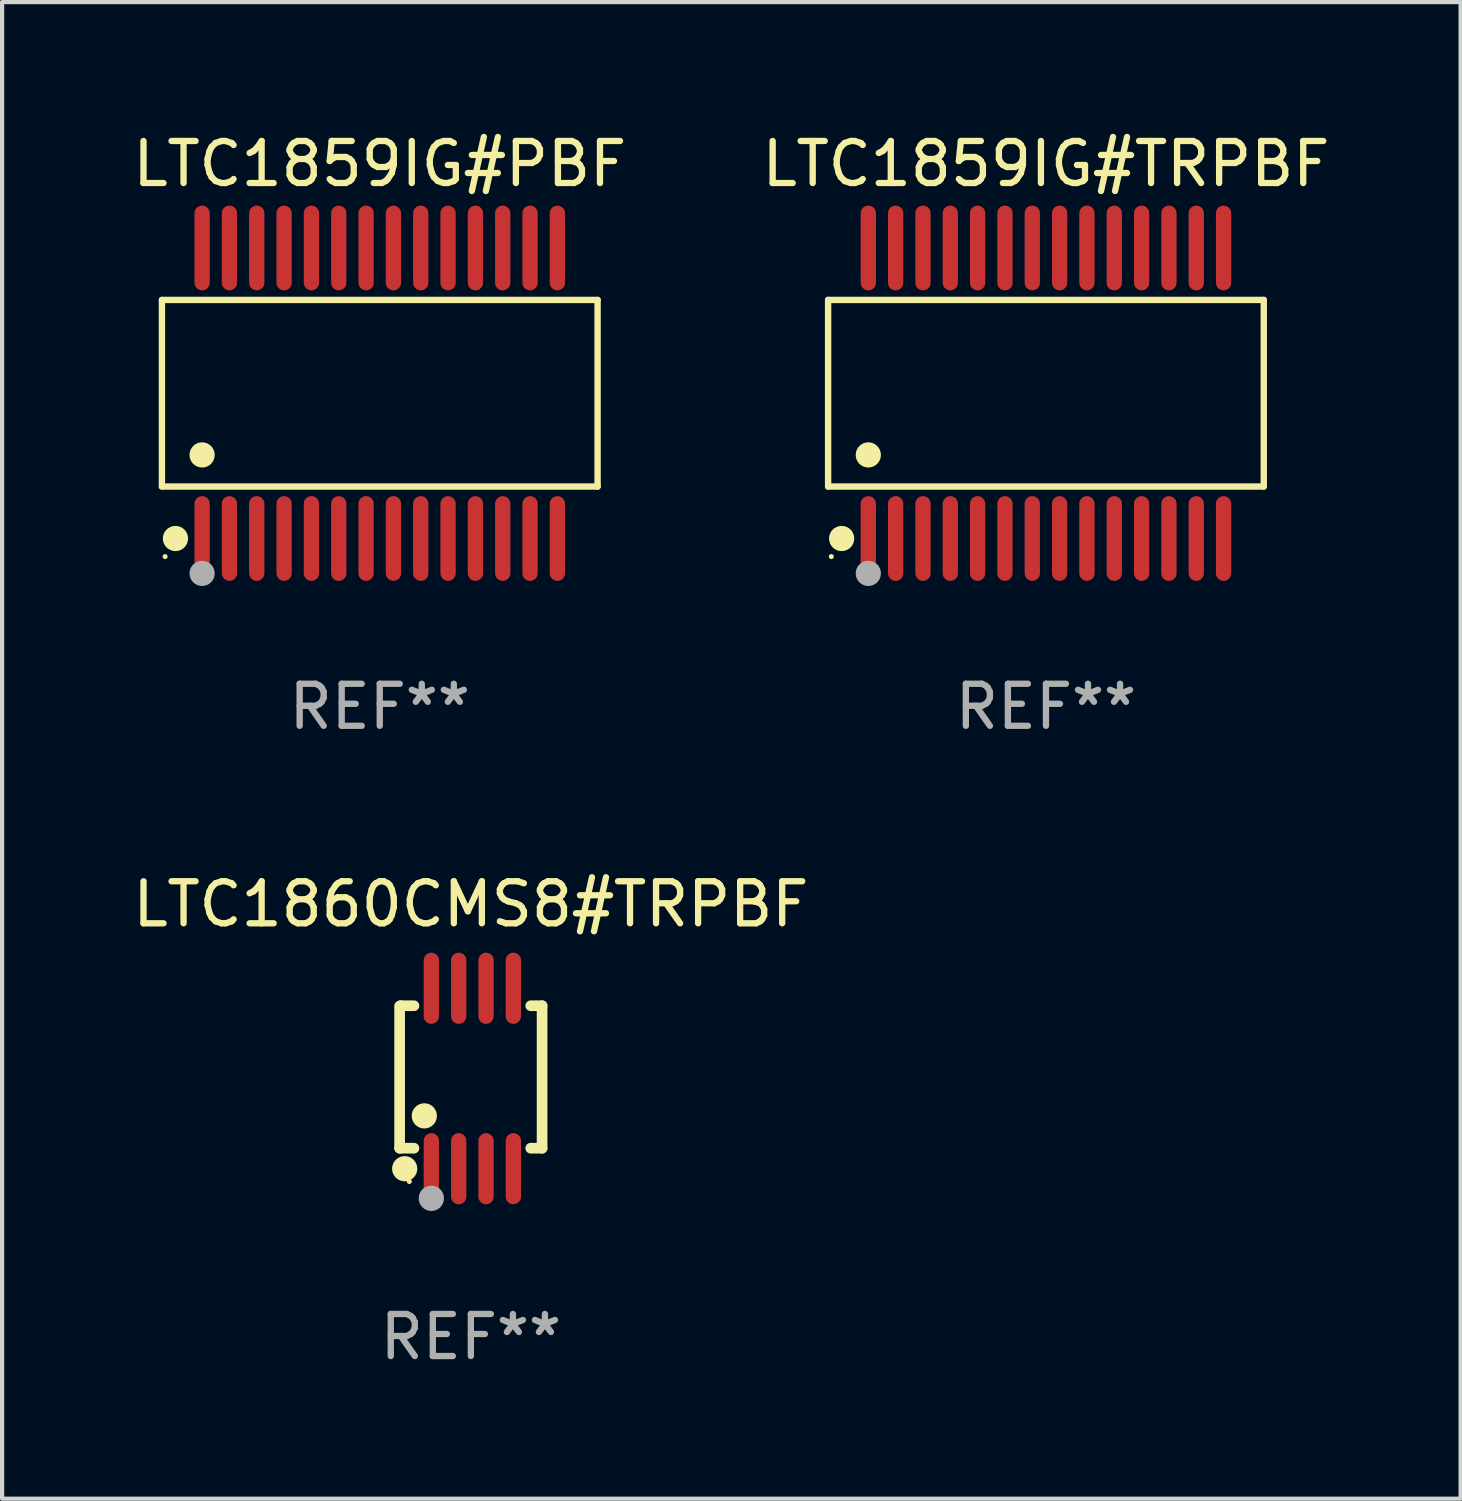
<source format=kicad_pcb>
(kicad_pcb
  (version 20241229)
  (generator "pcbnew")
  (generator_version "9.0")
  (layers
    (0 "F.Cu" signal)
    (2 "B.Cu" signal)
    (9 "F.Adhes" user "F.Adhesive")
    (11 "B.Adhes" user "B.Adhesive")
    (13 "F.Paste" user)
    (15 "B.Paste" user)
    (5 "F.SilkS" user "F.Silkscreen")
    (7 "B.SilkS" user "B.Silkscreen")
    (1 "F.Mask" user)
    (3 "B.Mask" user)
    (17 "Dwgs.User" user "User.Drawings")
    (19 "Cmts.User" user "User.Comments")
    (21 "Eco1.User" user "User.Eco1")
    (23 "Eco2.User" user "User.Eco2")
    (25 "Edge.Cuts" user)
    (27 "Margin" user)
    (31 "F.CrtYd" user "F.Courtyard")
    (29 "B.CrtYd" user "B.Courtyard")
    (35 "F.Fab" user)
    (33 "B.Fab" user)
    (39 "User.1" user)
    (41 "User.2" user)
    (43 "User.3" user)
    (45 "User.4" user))
  (footprint "LTC1860CMS8#TRPBF"
    (layer "F.Cu")
    (at 8.149 22.601)
    (property "Reference" "LTC1860CMS8#TRPBF" (at 0 -4.146 0) (layer "F.SilkS") (effects (font (size 1 1) (thickness 0.15))))
    (attr through_hole)
    (fp_line (start -1.694 -1.724) (end -1.694 1.652) (stroke (width 0.254) (type solid)) (layer "F.SilkS"))
    (fp_line (start -1.694 1.652) (end -1.688 1.658) (stroke (width 0.254) (type solid)) (layer "F.SilkS"))
    (fp_line (start -1.688 1.658) (end -1.353 1.658) (stroke (width 0.254) (type solid)) (layer "F.SilkS"))
    (fp_line (start -1.661 -1.73) (end -1.681 -1.71) (stroke (width 0.254) (type solid)) (layer "F.SilkS"))
    (fp_line (start -1.353 -1.73) (end -1.661 -1.73) (stroke (width 0.254) (type solid)) (layer "F.SilkS"))
    (fp_line (start 1.424 1.658) (end 1.694 1.658) (stroke (width 0.254) (type solid)) (layer "F.SilkS"))
    (fp_line (start 1.694 -1.73) (end 1.424 -1.73) (stroke (width 0.254) (type solid)) (layer "F.SilkS"))
    (fp_line (start 1.694 1.658) (end 1.694 -1.73) (stroke (width 0.254) (type solid)) (layer "F.SilkS"))
    (fp_circle (center -1.574 2.146) (end -1.424 2.146) (stroke (width 0.3) (type solid)) (fill no) (layer "F.SilkS"))
    (fp_circle (center -1.464 2.45) (end -1.434 2.45) (stroke (width 0.06) (type solid)) (fill no) (layer "F.SilkS"))
    (fp_circle (center -1.107 0.889) (end -0.957 0.889) (stroke (width 0.3) (type solid)) (fill no) (layer "F.SilkS"))
    (fp_circle (center -0.94 2.85) (end -0.789 2.85) (stroke (width 0.3) (type solid)) (fill no) (layer "F.Fab"))
    (fp_text user "REF**" (at 0 6.146 0) (layer "F.Fab") (effects (font (size 1 1) (thickness 0.15))))
    (pad "1" smd oval (at -0.94 2.146) (size 0.364 1.692) (layers "F.Cu" "F.Mask" "F.Paste"))
    (pad "2" smd oval (at -0.289 2.146) (size 0.364 1.692) (layers "F.Cu" "F.Mask" "F.Paste"))
    (pad "3" smd oval (at 0.361 2.146) (size 0.364 1.692) (layers "F.Cu" "F.Mask" "F.Paste"))
    (pad "4" smd oval (at 1.011 2.146) (size 0.364 1.692) (layers "F.Cu" "F.Mask" "F.Paste"))
    (pad "5" smd oval (at 1.011 -2.146) (size 0.364 1.692) (layers "F.Cu" "F.Mask" "F.Paste"))
    (pad "6" smd oval (at 0.361 -2.146) (size 0.364 1.692) (layers "F.Cu" "F.Mask" "F.Paste"))
    (pad "7" smd oval (at -0.289 -2.146) (size 0.364 1.692) (layers "F.Cu" "F.Mask" "F.Paste"))
    (pad "8" smd oval (at -0.94 -2.146) (size 0.364 1.692) (layers "F.Cu" "F.Mask" "F.Paste")))
  (footprint "LTC1859IG#TRPBF"
    (layer "F.Cu")
    (at 21.827 6.303)
    (property "Reference" "LTC1859IG#TRPBF" (at 0 -5.455 0) (layer "F.SilkS") (effects (font (size 1 1) (thickness 0.15))))
    (attr through_hole)
    (fp_line (start -5.181 -2.219) (end 5.181 -2.219) (stroke (width 0.152) (type solid)) (layer "F.SilkS"))
    (fp_line (start -5.181 2.219) (end -5.181 -2.219) (stroke (width 0.152) (type solid)) (layer "F.SilkS"))
    (fp_line (start 5.181 -2.219) (end 5.181 2.219) (stroke (width 0.152) (type solid)) (layer "F.SilkS"))
    (fp_line (start 5.181 2.219) (end -5.181 2.219) (stroke (width 0.152) (type solid)) (layer "F.SilkS"))
    (fp_circle (center -5.105 3.885) (end -5.075 3.885) (stroke (width 0.06) (type solid)) (fill no) (layer "F.SilkS"))
    (fp_circle (center -4.859 3.455) (end -4.709 3.455) (stroke (width 0.3) (type solid)) (fill no) (layer "F.SilkS"))
    (fp_circle (center -4.225 1.467) (end -4.075 1.467) (stroke (width 0.3) (type solid)) (fill no) (layer "F.SilkS"))
    (fp_circle (center -4.225 4.285) (end -4.075 4.285) (stroke (width 0.3) (type solid)) (fill no) (layer "F.Fab"))
    (fp_text user "REF**" (at 0 7.455 0) (layer "F.Fab") (effects (font (size 1 1) (thickness 0.15))))
    (pad "1" smd oval (at -4.225 3.455) (size 0.364 2.015) (layers "F.Cu" "F.Mask" "F.Paste"))
    (pad "2" smd oval (at -3.575 3.455) (size 0.364 2.015) (layers "F.Cu" "F.Mask" "F.Paste"))
    (pad "3" smd oval (at -2.925 3.455) (size 0.364 2.015) (layers "F.Cu" "F.Mask" "F.Paste"))
    (pad "4" smd oval (at -2.275 3.455) (size 0.364 2.015) (layers "F.Cu" "F.Mask" "F.Paste"))
    (pad "5" smd oval (at -1.625 3.455) (size 0.364 2.015) (layers "F.Cu" "F.Mask" "F.Paste"))
    (pad "6" smd oval (at -0.975 3.455) (size 0.364 2.015) (layers "F.Cu" "F.Mask" "F.Paste"))
    (pad "7" smd oval (at -0.325 3.455) (size 0.364 2.015) (layers "F.Cu" "F.Mask" "F.Paste"))
    (pad "8" smd oval (at 0.325 3.455) (size 0.364 2.015) (layers "F.Cu" "F.Mask" "F.Paste"))
    (pad "9" smd oval (at 0.975 3.455) (size 0.364 2.015) (layers "F.Cu" "F.Mask" "F.Paste"))
    (pad "10" smd oval (at 1.625 3.455) (size 0.364 2.015) (layers "F.Cu" "F.Mask" "F.Paste"))
    (pad "11" smd oval (at 2.275 3.455) (size 0.364 2.015) (layers "F.Cu" "F.Mask" "F.Paste"))
    (pad "12" smd oval (at 2.925 3.455) (size 0.364 2.015) (layers "F.Cu" "F.Mask" "F.Paste"))
    (pad "13" smd oval (at 3.575 3.455) (size 0.364 2.015) (layers "F.Cu" "F.Mask" "F.Paste"))
    (pad "14" smd oval (at 4.225 3.455) (size 0.364 2.015) (layers "F.Cu" "F.Mask" "F.Paste"))
    (pad "15" smd oval (at 4.225 -3.455) (size 0.364 2.015) (layers "F.Cu" "F.Mask" "F.Paste"))
    (pad "16" smd oval (at 3.575 -3.455) (size 0.364 2.015) (layers "F.Cu" "F.Mask" "F.Paste"))
    (pad "17" smd oval (at 2.925 -3.455) (size 0.364 2.015) (layers "F.Cu" "F.Mask" "F.Paste"))
    (pad "18" smd oval (at 2.275 -3.455) (size 0.364 2.015) (layers "F.Cu" "F.Mask" "F.Paste"))
    (pad "19" smd oval (at 1.625 -3.455) (size 0.364 2.015) (layers "F.Cu" "F.Mask" "F.Paste"))
    (pad "20" smd oval (at 0.975 -3.455) (size 0.364 2.015) (layers "F.Cu" "F.Mask" "F.Paste"))
    (pad "21" smd oval (at 0.325 -3.455) (size 0.364 2.015) (layers "F.Cu" "F.Mask" "F.Paste"))
    (pad "22" smd oval (at -0.325 -3.455) (size 0.364 2.015) (layers "F.Cu" "F.Mask" "F.Paste"))
    (pad "23" smd oval (at -0.975 -3.455) (size 0.364 2.015) (layers "F.Cu" "F.Mask" "F.Paste"))
    (pad "24" smd oval (at -1.625 -3.455) (size 0.364 2.015) (layers "F.Cu" "F.Mask" "F.Paste"))
    (pad "25" smd oval (at -2.275 -3.455) (size 0.364 2.015) (layers "F.Cu" "F.Mask" "F.Paste"))
    (pad "26" smd oval (at -2.925 -3.455) (size 0.364 2.015) (layers "F.Cu" "F.Mask" "F.Paste"))
    (pad "27" smd oval (at -3.575 -3.455) (size 0.364 2.015) (layers "F.Cu" "F.Mask" "F.Paste"))
    (pad "28" smd oval (at -4.225 -3.455) (size 0.364 2.015) (layers "F.Cu" "F.Mask" "F.Paste")))
  (footprint "LTC1859IG#PBF"
    (layer "F.Cu")
    (at 5.982 6.303)
    (property "Reference" "LTC1859IG#PBF" (at 0 -5.455 0) (layer "F.SilkS") (effects (font (size 1 1) (thickness 0.15))))
    (attr through_hole)
    (fp_line (start -5.181 -2.219) (end 5.181 -2.219) (stroke (width 0.152) (type solid)) (layer "F.SilkS"))
    (fp_line (start -5.181 2.219) (end -5.181 -2.219) (stroke (width 0.152) (type solid)) (layer "F.SilkS"))
    (fp_line (start 5.181 -2.219) (end 5.181 2.219) (stroke (width 0.152) (type solid)) (layer "F.SilkS"))
    (fp_line (start 5.181 2.219) (end -5.181 2.219) (stroke (width 0.152) (type solid)) (layer "F.SilkS"))
    (fp_circle (center -5.105 3.885) (end -5.075 3.885) (stroke (width 0.06) (type solid)) (fill no) (layer "F.SilkS"))
    (fp_circle (center -4.859 3.455) (end -4.709 3.455) (stroke (width 0.3) (type solid)) (fill no) (layer "F.SilkS"))
    (fp_circle (center -4.225 1.467) (end -4.075 1.467) (stroke (width 0.3) (type solid)) (fill no) (layer "F.SilkS"))
    (fp_circle (center -4.225 4.285) (end -4.075 4.285) (stroke (width 0.3) (type solid)) (fill no) (layer "F.Fab"))
    (fp_text user "REF**" (at 0 7.455 0) (layer "F.Fab") (effects (font (size 1 1) (thickness 0.15))))
    (pad "1" smd oval (at -4.225 3.455) (size 0.364 2.015) (layers "F.Cu" "F.Mask" "F.Paste"))
    (pad "2" smd oval (at -3.575 3.455) (size 0.364 2.015) (layers "F.Cu" "F.Mask" "F.Paste"))
    (pad "3" smd oval (at -2.925 3.455) (size 0.364 2.015) (layers "F.Cu" "F.Mask" "F.Paste"))
    (pad "4" smd oval (at -2.275 3.455) (size 0.364 2.015) (layers "F.Cu" "F.Mask" "F.Paste"))
    (pad "5" smd oval (at -1.625 3.455) (size 0.364 2.015) (layers "F.Cu" "F.Mask" "F.Paste"))
    (pad "6" smd oval (at -0.975 3.455) (size 0.364 2.015) (layers "F.Cu" "F.Mask" "F.Paste"))
    (pad "7" smd oval (at -0.325 3.455) (size 0.364 2.015) (layers "F.Cu" "F.Mask" "F.Paste"))
    (pad "8" smd oval (at 0.325 3.455) (size 0.364 2.015) (layers "F.Cu" "F.Mask" "F.Paste"))
    (pad "9" smd oval (at 0.975 3.455) (size 0.364 2.015) (layers "F.Cu" "F.Mask" "F.Paste"))
    (pad "10" smd oval (at 1.625 3.455) (size 0.364 2.015) (layers "F.Cu" "F.Mask" "F.Paste"))
    (pad "11" smd oval (at 2.275 3.455) (size 0.364 2.015) (layers "F.Cu" "F.Mask" "F.Paste"))
    (pad "12" smd oval (at 2.925 3.455) (size 0.364 2.015) (layers "F.Cu" "F.Mask" "F.Paste"))
    (pad "13" smd oval (at 3.575 3.455) (size 0.364 2.015) (layers "F.Cu" "F.Mask" "F.Paste"))
    (pad "14" smd oval (at 4.225 3.455) (size 0.364 2.015) (layers "F.Cu" "F.Mask" "F.Paste"))
    (pad "15" smd oval (at 4.225 -3.455) (size 0.364 2.015) (layers "F.Cu" "F.Mask" "F.Paste"))
    (pad "16" smd oval (at 3.575 -3.455) (size 0.364 2.015) (layers "F.Cu" "F.Mask" "F.Paste"))
    (pad "17" smd oval (at 2.925 -3.455) (size 0.364 2.015) (layers "F.Cu" "F.Mask" "F.Paste"))
    (pad "18" smd oval (at 2.275 -3.455) (size 0.364 2.015) (layers "F.Cu" "F.Mask" "F.Paste"))
    (pad "19" smd oval (at 1.625 -3.455) (size 0.364 2.015) (layers "F.Cu" "F.Mask" "F.Paste"))
    (pad "20" smd oval (at 0.975 -3.455) (size 0.364 2.015) (layers "F.Cu" "F.Mask" "F.Paste"))
    (pad "21" smd oval (at 0.325 -3.455) (size 0.364 2.015) (layers "F.Cu" "F.Mask" "F.Paste"))
    (pad "22" smd oval (at -0.325 -3.455) (size 0.364 2.015) (layers "F.Cu" "F.Mask" "F.Paste"))
    (pad "23" smd oval (at -0.975 -3.455) (size 0.364 2.015) (layers "F.Cu" "F.Mask" "F.Paste"))
    (pad "24" smd oval (at -1.625 -3.455) (size 0.364 2.015) (layers "F.Cu" "F.Mask" "F.Paste"))
    (pad "25" smd oval (at -2.275 -3.455) (size 0.364 2.015) (layers "F.Cu" "F.Mask" "F.Paste"))
    (pad "26" smd oval (at -2.925 -3.455) (size 0.364 2.015) (layers "F.Cu" "F.Mask" "F.Paste"))
    (pad "27" smd oval (at -3.575 -3.455) (size 0.364 2.015) (layers "F.Cu" "F.Mask" "F.Paste"))
    (pad "28" smd oval (at -4.225 -3.455) (size 0.364 2.015) (layers "F.Cu" "F.Mask" "F.Paste")))
  (gr_rect
    (start -3 -3)
    (end 31.69 32.595)
    (stroke (width 0.1) (type default))
    (fill no)
    (layer "Edge.Cuts")))
</source>
